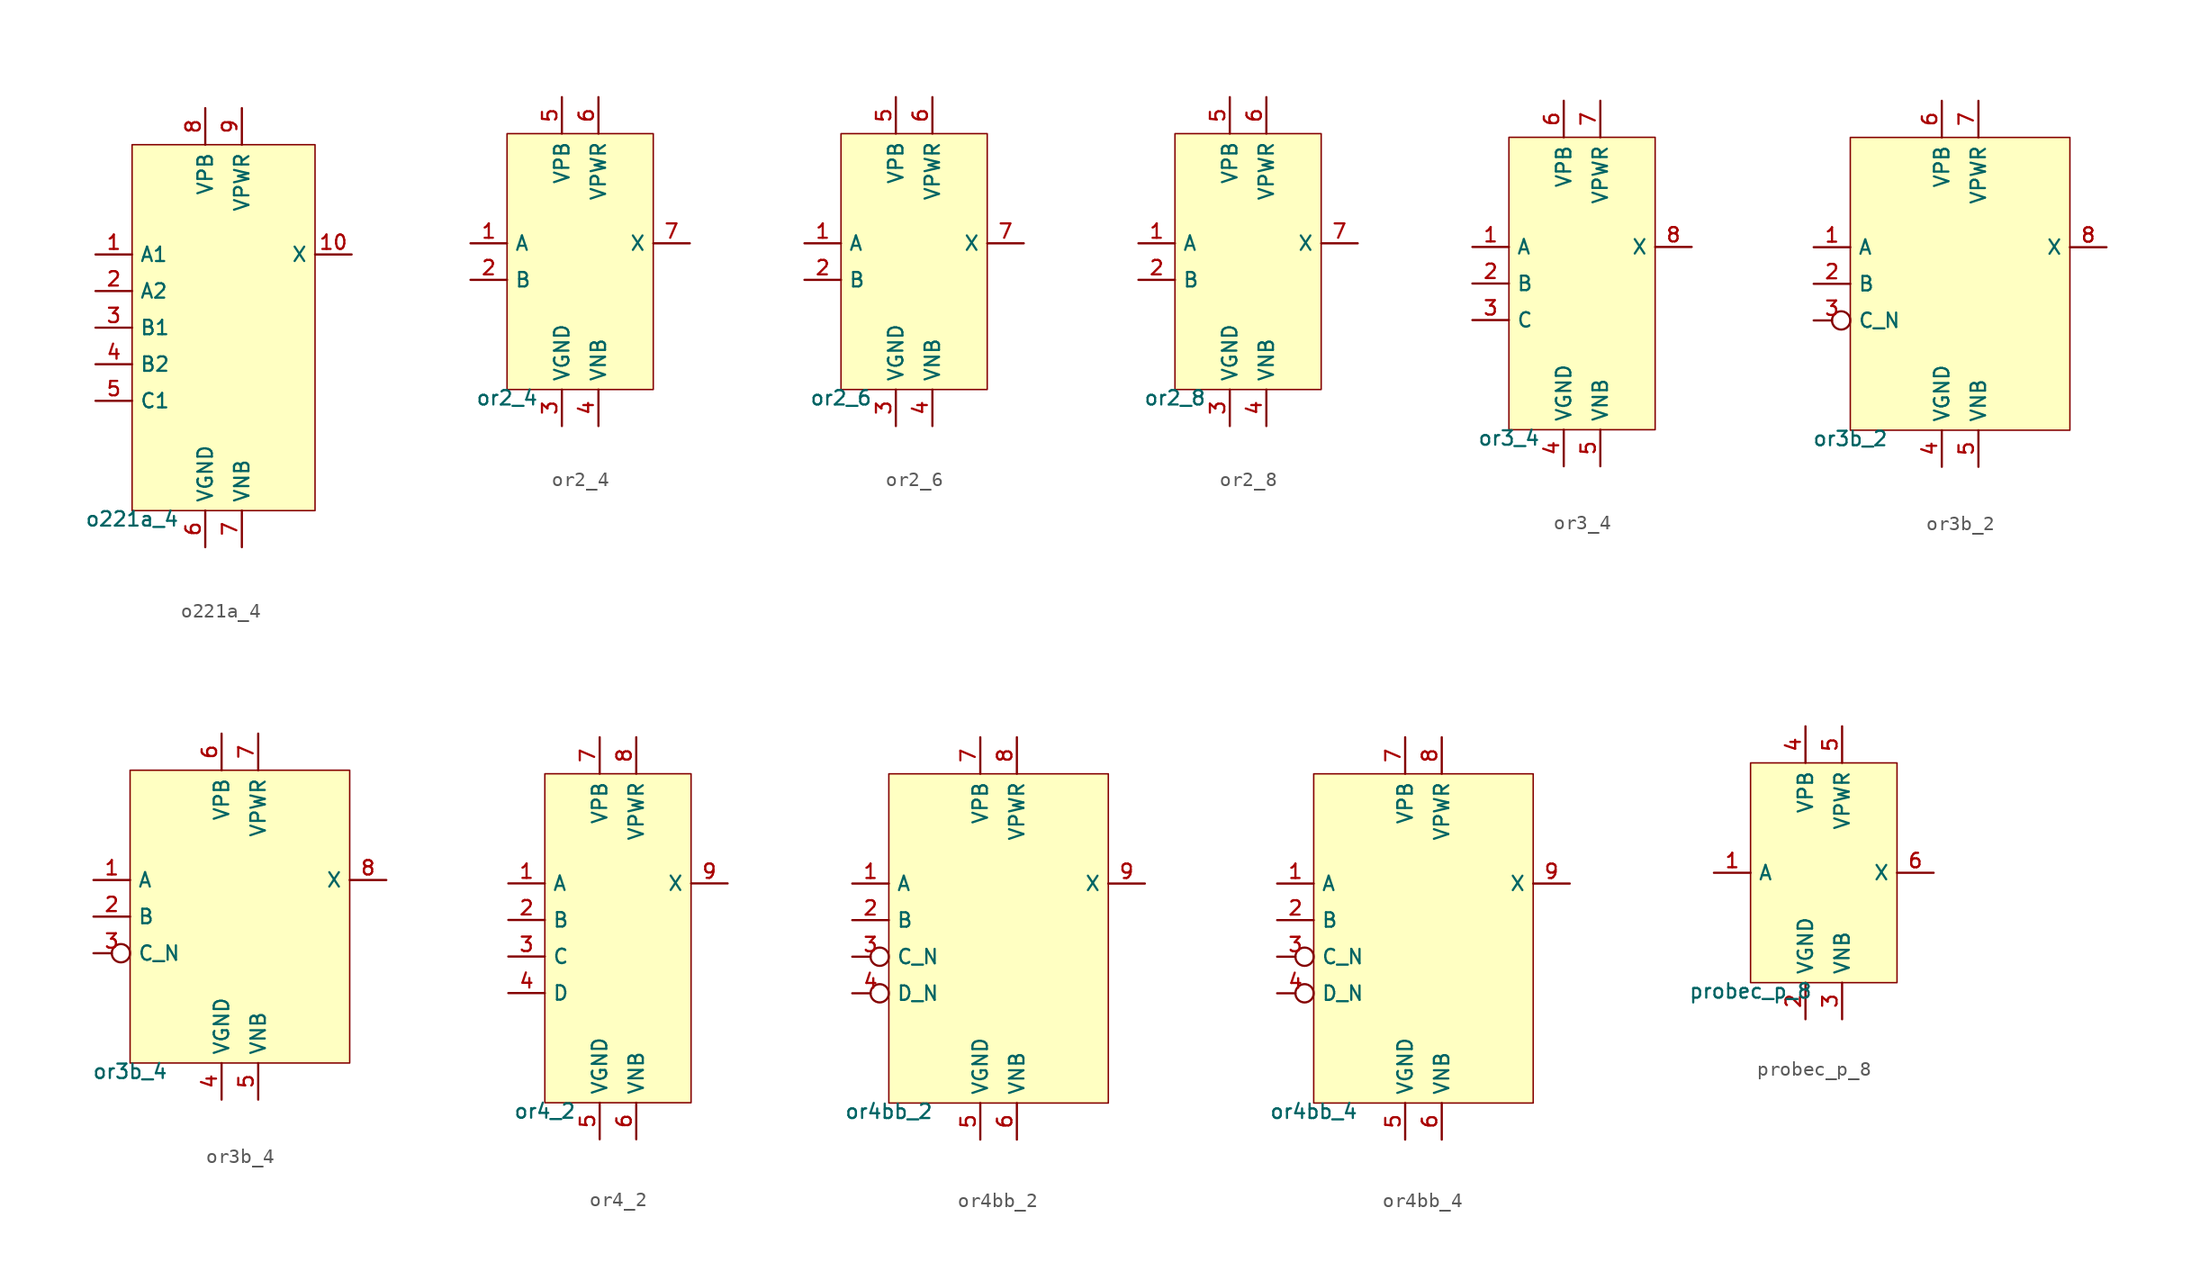
<source format=kicad_sym>
(kicad_symbol_lib
  (version 20211014)
  (generator pdk2kicad)
  (symbol "o221a_4"
    (property "Reference" "X"
      (at 0 0 0)
      (effects (font (size 1 1)) hide))
    (property "Value" "o221a_4"
      (at -6.35 -12.7 0)
      (effects (font (size 1 1)) (justify top)))
    (rectangle
      (start -6.35 -12.7)
      (end 6.35 12.7)
      (stroke (width 0.1) (type solid) (color 0 0 0 0))
      (fill (type background)))
    (pin input line
      (at -8.89 5.08 0)
      (length 2.54)
      (name "A1" (effects (font (size 1 1)) hide))
      (number "1" (effects (font (size 1 1)) hide)))
    (pin input line
      (at -8.89 2.54 0)
      (length 2.54)
      (name "A2" (effects (font (size 1 1)) hide))
      (number "2" (effects (font (size 1 1)) hide)))
    (pin input line
      (at -8.89 -8.881784197001252e-16 0)
      (length 2.54)
      (name "B1" (effects (font (size 1 1)) hide))
      (number "3" (effects (font (size 1 1)) hide)))
    (pin input line
      (at -8.89 -2.54 0)
      (length 2.54)
      (name "B2" (effects (font (size 1 1)) hide))
      (number "4" (effects (font (size 1 1)) hide)))
    (pin input line
      (at -8.89 -5.08 0)
      (length 2.54)
      (name "C1" (effects (font (size 1 1)) hide))
      (number "5" (effects (font (size 1 1)) hide)))
    (pin power_in line
      (at -1.27 -15.24 90)
      (length 2.54)
      (name "VGND" (effects (font (size 1 1)) hide))
      (number "6" (effects (font (size 1 1)) hide)))
    (pin power_in line
      (at 1.27 -15.24 90)
      (length 2.54)
      (name "VNB" (effects (font (size 1 1)) hide))
      (number "7" (effects (font (size 1 1)) hide)))
    (pin power_in line
      (at -1.27 15.24 270)
      (length 2.54)
      (name "VPB" (effects (font (size 1 1)) hide))
      (number "8" (effects (font (size 1 1)) hide)))
    (pin power_in line
      (at 1.27 15.24 270)
      (length 2.54)
      (name "VPWR" (effects (font (size 1 1)) hide))
      (number "9" (effects (font (size 1 1)) hide)))
    (pin output line
      (at 8.89 5.08 180)
      (length 2.54)
      (name "X" (effects (font (size 1 1)) hide))
      (number "10" (effects (font (size 1 1)) hide))))
  (symbol "or2_4"
    (property "Reference" "X"
      (at 0 0 0)
      (effects (font (size 1 1)) hide))
    (property "Value" "or2_4"
      (at -5.08 -8.89 0)
      (effects (font (size 1 1)) (justify top)))
    (rectangle
      (start -5.08 -8.89)
      (end 5.08 8.89)
      (stroke (width 0.1) (type solid) (color 0 0 0 0))
      (fill (type background)))
    (pin input line
      (at -7.62 1.27 0)
      (length 2.54)
      (name "A" (effects (font (size 1 1)) hide))
      (number "1" (effects (font (size 1 1)) hide)))
    (pin input line
      (at -7.62 -1.27 0)
      (length 2.54)
      (name "B" (effects (font (size 1 1)) hide))
      (number "2" (effects (font (size 1 1)) hide)))
    (pin power_in line
      (at -1.27 -11.43 90)
      (length 2.54)
      (name "VGND" (effects (font (size 1 1)) hide))
      (number "3" (effects (font (size 1 1)) hide)))
    (pin power_in line
      (at 1.27 -11.43 90)
      (length 2.54)
      (name "VNB" (effects (font (size 1 1)) hide))
      (number "4" (effects (font (size 1 1)) hide)))
    (pin power_in line
      (at -1.27 11.43 270)
      (length 2.54)
      (name "VPB" (effects (font (size 1 1)) hide))
      (number "5" (effects (font (size 1 1)) hide)))
    (pin power_in line
      (at 1.27 11.43 270)
      (length 2.54)
      (name "VPWR" (effects (font (size 1 1)) hide))
      (number "6" (effects (font (size 1 1)) hide)))
    (pin output line
      (at 7.62 1.27 180)
      (length 2.54)
      (name "X" (effects (font (size 1 1)) hide))
      (number "7" (effects (font (size 1 1)) hide))))
  (symbol "or2_6"
    (property "Reference" "X"
      (at 0 0 0)
      (effects (font (size 1 1)) hide))
    (property "Value" "or2_6"
      (at -5.08 -8.89 0)
      (effects (font (size 1 1)) (justify top)))
    (rectangle
      (start -5.08 -8.89)
      (end 5.08 8.89)
      (stroke (width 0.1) (type solid) (color 0 0 0 0))
      (fill (type background)))
    (pin input line
      (at -7.62 1.27 0)
      (length 2.54)
      (name "A" (effects (font (size 1 1)) hide))
      (number "1" (effects (font (size 1 1)) hide)))
    (pin input line
      (at -7.62 -1.27 0)
      (length 2.54)
      (name "B" (effects (font (size 1 1)) hide))
      (number "2" (effects (font (size 1 1)) hide)))
    (pin power_in line
      (at -1.27 -11.43 90)
      (length 2.54)
      (name "VGND" (effects (font (size 1 1)) hide))
      (number "3" (effects (font (size 1 1)) hide)))
    (pin power_in line
      (at 1.27 -11.43 90)
      (length 2.54)
      (name "VNB" (effects (font (size 1 1)) hide))
      (number "4" (effects (font (size 1 1)) hide)))
    (pin power_in line
      (at -1.27 11.43 270)
      (length 2.54)
      (name "VPB" (effects (font (size 1 1)) hide))
      (number "5" (effects (font (size 1 1)) hide)))
    (pin power_in line
      (at 1.27 11.43 270)
      (length 2.54)
      (name "VPWR" (effects (font (size 1 1)) hide))
      (number "6" (effects (font (size 1 1)) hide)))
    (pin output line
      (at 7.62 1.27 180)
      (length 2.54)
      (name "X" (effects (font (size 1 1)) hide))
      (number "7" (effects (font (size 1 1)) hide))))
  (symbol "or2_8"
    (property "Reference" "X"
      (at 0 0 0)
      (effects (font (size 1 1)) hide))
    (property "Value" "or2_8"
      (at -5.08 -8.89 0)
      (effects (font (size 1 1)) (justify top)))
    (rectangle
      (start -5.08 -8.89)
      (end 5.08 8.89)
      (stroke (width 0.1) (type solid) (color 0 0 0 0))
      (fill (type background)))
    (pin input line
      (at -7.62 1.27 0)
      (length 2.54)
      (name "A" (effects (font (size 1 1)) hide))
      (number "1" (effects (font (size 1 1)) hide)))
    (pin input line
      (at -7.62 -1.27 0)
      (length 2.54)
      (name "B" (effects (font (size 1 1)) hide))
      (number "2" (effects (font (size 1 1)) hide)))
    (pin power_in line
      (at -1.27 -11.43 90)
      (length 2.54)
      (name "VGND" (effects (font (size 1 1)) hide))
      (number "3" (effects (font (size 1 1)) hide)))
    (pin power_in line
      (at 1.27 -11.43 90)
      (length 2.54)
      (name "VNB" (effects (font (size 1 1)) hide))
      (number "4" (effects (font (size 1 1)) hide)))
    (pin power_in line
      (at -1.27 11.43 270)
      (length 2.54)
      (name "VPB" (effects (font (size 1 1)) hide))
      (number "5" (effects (font (size 1 1)) hide)))
    (pin power_in line
      (at 1.27 11.43 270)
      (length 2.54)
      (name "VPWR" (effects (font (size 1 1)) hide))
      (number "6" (effects (font (size 1 1)) hide)))
    (pin output line
      (at 7.62 1.27 180)
      (length 2.54)
      (name "X" (effects (font (size 1 1)) hide))
      (number "7" (effects (font (size 1 1)) hide))))
  (symbol "or3_4"
    (property "Reference" "X"
      (at 0 0 0)
      (effects (font (size 1 1)) hide))
    (property "Value" "or3_4"
      (at -5.08 -10.16 0)
      (effects (font (size 1 1)) (justify top)))
    (rectangle
      (start -5.08 -10.16)
      (end 5.08 10.16)
      (stroke (width 0.1) (type solid) (color 0 0 0 0))
      (fill (type background)))
    (pin input line
      (at -7.62 2.54 0)
      (length 2.54)
      (name "A" (effects (font (size 1 1)) hide))
      (number "1" (effects (font (size 1 1)) hide)))
    (pin input line
      (at -7.62 0.0 0)
      (length 2.54)
      (name "B" (effects (font (size 1 1)) hide))
      (number "2" (effects (font (size 1 1)) hide)))
    (pin input line
      (at -7.62 -2.54 0)
      (length 2.54)
      (name "C" (effects (font (size 1 1)) hide))
      (number "3" (effects (font (size 1 1)) hide)))
    (pin power_in line
      (at -1.27 -12.7 90)
      (length 2.54)
      (name "VGND" (effects (font (size 1 1)) hide))
      (number "4" (effects (font (size 1 1)) hide)))
    (pin power_in line
      (at 1.27 -12.7 90)
      (length 2.54)
      (name "VNB" (effects (font (size 1 1)) hide))
      (number "5" (effects (font (size 1 1)) hide)))
    (pin power_in line
      (at -1.27 12.7 270)
      (length 2.54)
      (name "VPB" (effects (font (size 1 1)) hide))
      (number "6" (effects (font (size 1 1)) hide)))
    (pin power_in line
      (at 1.27 12.7 270)
      (length 2.54)
      (name "VPWR" (effects (font (size 1 1)) hide))
      (number "7" (effects (font (size 1 1)) hide)))
    (pin output line
      (at 7.62 2.54 180)
      (length 2.54)
      (name "X" (effects (font (size 1 1)) hide))
      (number "8" (effects (font (size 1 1)) hide))))
  (symbol "or3b_2"
    (property "Reference" "X"
      (at 0 0 0)
      (effects (font (size 1 1)) hide))
    (property "Value" "or3b_2"
      (at -7.62 -10.16 0)
      (effects (font (size 1 1)) (justify top)))
    (rectangle
      (start -7.62 -10.16)
      (end 7.62 10.16)
      (stroke (width 0.1) (type solid) (color 0 0 0 0))
      (fill (type background)))
    (pin input line
      (at -10.16 2.54 0)
      (length 2.54)
      (name "A" (effects (font (size 1 1)) hide))
      (number "1" (effects (font (size 1 1)) hide)))
    (pin input line
      (at -10.16 0.0 0)
      (length 2.54)
      (name "B" (effects (font (size 1 1)) hide))
      (number "2" (effects (font (size 1 1)) hide)))
    (pin input inverted
      (at -10.16 -2.54 0)
      (length 2.54)
      (name "C_N" (effects (font (size 1 1)) hide))
      (number "3" (effects (font (size 1 1)) hide)))
    (pin power_in line
      (at -1.27 -12.7 90)
      (length 2.54)
      (name "VGND" (effects (font (size 1 1)) hide))
      (number "4" (effects (font (size 1 1)) hide)))
    (pin power_in line
      (at 1.27 -12.7 90)
      (length 2.54)
      (name "VNB" (effects (font (size 1 1)) hide))
      (number "5" (effects (font (size 1 1)) hide)))
    (pin power_in line
      (at -1.27 12.7 270)
      (length 2.54)
      (name "VPB" (effects (font (size 1 1)) hide))
      (number "6" (effects (font (size 1 1)) hide)))
    (pin power_in line
      (at 1.27 12.7 270)
      (length 2.54)
      (name "VPWR" (effects (font (size 1 1)) hide))
      (number "7" (effects (font (size 1 1)) hide)))
    (pin output line
      (at 10.16 2.54 180)
      (length 2.54)
      (name "X" (effects (font (size 1 1)) hide))
      (number "8" (effects (font (size 1 1)) hide))))
  (symbol "or3b_4"
    (property "Reference" "X"
      (at 0 0 0)
      (effects (font (size 1 1)) hide))
    (property "Value" "or3b_4"
      (at -7.62 -10.16 0)
      (effects (font (size 1 1)) (justify top)))
    (rectangle
      (start -7.62 -10.16)
      (end 7.62 10.16)
      (stroke (width 0.1) (type solid) (color 0 0 0 0))
      (fill (type background)))
    (pin input line
      (at -10.16 2.54 0)
      (length 2.54)
      (name "A" (effects (font (size 1 1)) hide))
      (number "1" (effects (font (size 1 1)) hide)))
    (pin input line
      (at -10.16 0.0 0)
      (length 2.54)
      (name "B" (effects (font (size 1 1)) hide))
      (number "2" (effects (font (size 1 1)) hide)))
    (pin input inverted
      (at -10.16 -2.54 0)
      (length 2.54)
      (name "C_N" (effects (font (size 1 1)) hide))
      (number "3" (effects (font (size 1 1)) hide)))
    (pin power_in line
      (at -1.27 -12.7 90)
      (length 2.54)
      (name "VGND" (effects (font (size 1 1)) hide))
      (number "4" (effects (font (size 1 1)) hide)))
    (pin power_in line
      (at 1.27 -12.7 90)
      (length 2.54)
      (name "VNB" (effects (font (size 1 1)) hide))
      (number "5" (effects (font (size 1 1)) hide)))
    (pin power_in line
      (at -1.27 12.7 270)
      (length 2.54)
      (name "VPB" (effects (font (size 1 1)) hide))
      (number "6" (effects (font (size 1 1)) hide)))
    (pin power_in line
      (at 1.27 12.7 270)
      (length 2.54)
      (name "VPWR" (effects (font (size 1 1)) hide))
      (number "7" (effects (font (size 1 1)) hide)))
    (pin output line
      (at 10.16 2.54 180)
      (length 2.54)
      (name "X" (effects (font (size 1 1)) hide))
      (number "8" (effects (font (size 1 1)) hide))))
  (symbol "or4_2"
    (property "Reference" "X"
      (at 0 0 0)
      (effects (font (size 1 1)) hide))
    (property "Value" "or4_2"
      (at -5.08 -11.43 0)
      (effects (font (size 1 1)) (justify top)))
    (rectangle
      (start -5.08 -11.43)
      (end 5.08 11.43)
      (stroke (width 0.1) (type solid) (color 0 0 0 0))
      (fill (type background)))
    (pin input line
      (at -7.62 3.81 0)
      (length 2.54)
      (name "A" (effects (font (size 1 1)) hide))
      (number "1" (effects (font (size 1 1)) hide)))
    (pin input line
      (at -7.62 1.27 0)
      (length 2.54)
      (name "B" (effects (font (size 1 1)) hide))
      (number "2" (effects (font (size 1 1)) hide)))
    (pin input line
      (at -7.62 -1.27 0)
      (length 2.54)
      (name "C" (effects (font (size 1 1)) hide))
      (number "3" (effects (font (size 1 1)) hide)))
    (pin input line
      (at -7.62 -3.81 0)
      (length 2.54)
      (name "D" (effects (font (size 1 1)) hide))
      (number "4" (effects (font (size 1 1)) hide)))
    (pin power_in line
      (at -1.27 -13.97 90)
      (length 2.54)
      (name "VGND" (effects (font (size 1 1)) hide))
      (number "5" (effects (font (size 1 1)) hide)))
    (pin power_in line
      (at 1.27 -13.97 90)
      (length 2.54)
      (name "VNB" (effects (font (size 1 1)) hide))
      (number "6" (effects (font (size 1 1)) hide)))
    (pin power_in line
      (at -1.27 13.97 270)
      (length 2.54)
      (name "VPB" (effects (font (size 1 1)) hide))
      (number "7" (effects (font (size 1 1)) hide)))
    (pin power_in line
      (at 1.27 13.97 270)
      (length 2.54)
      (name "VPWR" (effects (font (size 1 1)) hide))
      (number "8" (effects (font (size 1 1)) hide)))
    (pin output line
      (at 7.62 3.81 180)
      (length 2.54)
      (name "X" (effects (font (size 1 1)) hide))
      (number "9" (effects (font (size 1 1)) hide))))
  (symbol "or4bb_2"
    (property "Reference" "X"
      (at 0 0 0)
      (effects (font (size 1 1)) hide))
    (property "Value" "or4bb_2"
      (at -7.62 -11.43 0)
      (effects (font (size 1 1)) (justify top)))
    (rectangle
      (start -7.62 -11.43)
      (end 7.62 11.43)
      (stroke (width 0.1) (type solid) (color 0 0 0 0))
      (fill (type background)))
    (pin input line
      (at -10.16 3.81 0)
      (length 2.54)
      (name "A" (effects (font (size 1 1)) hide))
      (number "1" (effects (font (size 1 1)) hide)))
    (pin input line
      (at -10.16 1.27 0)
      (length 2.54)
      (name "B" (effects (font (size 1 1)) hide))
      (number "2" (effects (font (size 1 1)) hide)))
    (pin input inverted
      (at -10.16 -1.27 0)
      (length 2.54)
      (name "C_N" (effects (font (size 1 1)) hide))
      (number "3" (effects (font (size 1 1)) hide)))
    (pin input inverted
      (at -10.16 -3.81 0)
      (length 2.54)
      (name "D_N" (effects (font (size 1 1)) hide))
      (number "4" (effects (font (size 1 1)) hide)))
    (pin power_in line
      (at -1.27 -13.97 90)
      (length 2.54)
      (name "VGND" (effects (font (size 1 1)) hide))
      (number "5" (effects (font (size 1 1)) hide)))
    (pin power_in line
      (at 1.27 -13.97 90)
      (length 2.54)
      (name "VNB" (effects (font (size 1 1)) hide))
      (number "6" (effects (font (size 1 1)) hide)))
    (pin power_in line
      (at -1.27 13.97 270)
      (length 2.54)
      (name "VPB" (effects (font (size 1 1)) hide))
      (number "7" (effects (font (size 1 1)) hide)))
    (pin power_in line
      (at 1.27 13.97 270)
      (length 2.54)
      (name "VPWR" (effects (font (size 1 1)) hide))
      (number "8" (effects (font (size 1 1)) hide)))
    (pin output line
      (at 10.16 3.81 180)
      (length 2.54)
      (name "X" (effects (font (size 1 1)) hide))
      (number "9" (effects (font (size 1 1)) hide))))
  (symbol "or4bb_4"
    (property "Reference" "X"
      (at 0 0 0)
      (effects (font (size 1 1)) hide))
    (property "Value" "or4bb_4"
      (at -7.62 -11.43 0)
      (effects (font (size 1 1)) (justify top)))
    (rectangle
      (start -7.62 -11.43)
      (end 7.62 11.43)
      (stroke (width 0.1) (type solid) (color 0 0 0 0))
      (fill (type background)))
    (pin input line
      (at -10.16 3.81 0)
      (length 2.54)
      (name "A" (effects (font (size 1 1)) hide))
      (number "1" (effects (font (size 1 1)) hide)))
    (pin input line
      (at -10.16 1.27 0)
      (length 2.54)
      (name "B" (effects (font (size 1 1)) hide))
      (number "2" (effects (font (size 1 1)) hide)))
    (pin input inverted
      (at -10.16 -1.27 0)
      (length 2.54)
      (name "C_N" (effects (font (size 1 1)) hide))
      (number "3" (effects (font (size 1 1)) hide)))
    (pin input inverted
      (at -10.16 -3.81 0)
      (length 2.54)
      (name "D_N" (effects (font (size 1 1)) hide))
      (number "4" (effects (font (size 1 1)) hide)))
    (pin power_in line
      (at -1.27 -13.97 90)
      (length 2.54)
      (name "VGND" (effects (font (size 1 1)) hide))
      (number "5" (effects (font (size 1 1)) hide)))
    (pin power_in line
      (at 1.27 -13.97 90)
      (length 2.54)
      (name "VNB" (effects (font (size 1 1)) hide))
      (number "6" (effects (font (size 1 1)) hide)))
    (pin power_in line
      (at -1.27 13.97 270)
      (length 2.54)
      (name "VPB" (effects (font (size 1 1)) hide))
      (number "7" (effects (font (size 1 1)) hide)))
    (pin power_in line
      (at 1.27 13.97 270)
      (length 2.54)
      (name "VPWR" (effects (font (size 1 1)) hide))
      (number "8" (effects (font (size 1 1)) hide)))
    (pin output line
      (at 10.16 3.81 180)
      (length 2.54)
      (name "X" (effects (font (size 1 1)) hide))
      (number "9" (effects (font (size 1 1)) hide))))
  (symbol "probec_p_8"
    (property "Reference" "X"
      (at 0 0 0)
      (effects (font (size 1 1)) hide))
    (property "Value" "probec_p_8"
      (at -5.08 -7.62 0)
      (effects (font (size 1 1)) (justify top)))
    (rectangle
      (start -5.08 -7.62)
      (end 5.08 7.62)
      (stroke (width 0.1) (type solid) (color 0 0 0 0))
      (fill (type background)))
    (pin input line
      (at -7.62 0.0 0)
      (length 2.54)
      (name "A" (effects (font (size 1 1)) hide))
      (number "1" (effects (font (size 1 1)) hide)))
    (pin power_in line
      (at -1.27 -10.16 90)
      (length 2.54)
      (name "VGND" (effects (font (size 1 1)) hide))
      (number "2" (effects (font (size 1 1)) hide)))
    (pin power_in line
      (at 1.27 -10.16 90)
      (length 2.54)
      (name "VNB" (effects (font (size 1 1)) hide))
      (number "3" (effects (font (size 1 1)) hide)))
    (pin power_in line
      (at -1.27 10.16 270)
      (length 2.54)
      (name "VPB" (effects (font (size 1 1)) hide))
      (number "4" (effects (font (size 1 1)) hide)))
    (pin power_in line
      (at 1.27 10.16 270)
      (length 2.54)
      (name "VPWR" (effects (font (size 1 1)) hide))
      (number "5" (effects (font (size 1 1)) hide)))
    (pin output line
      (at 7.62 0.0 180)
      (length 2.54)
      (name "X" (effects (font (size 1 1)) hide))
      (number "6" (effects (font (size 1 1)) hide)))))
</source>
